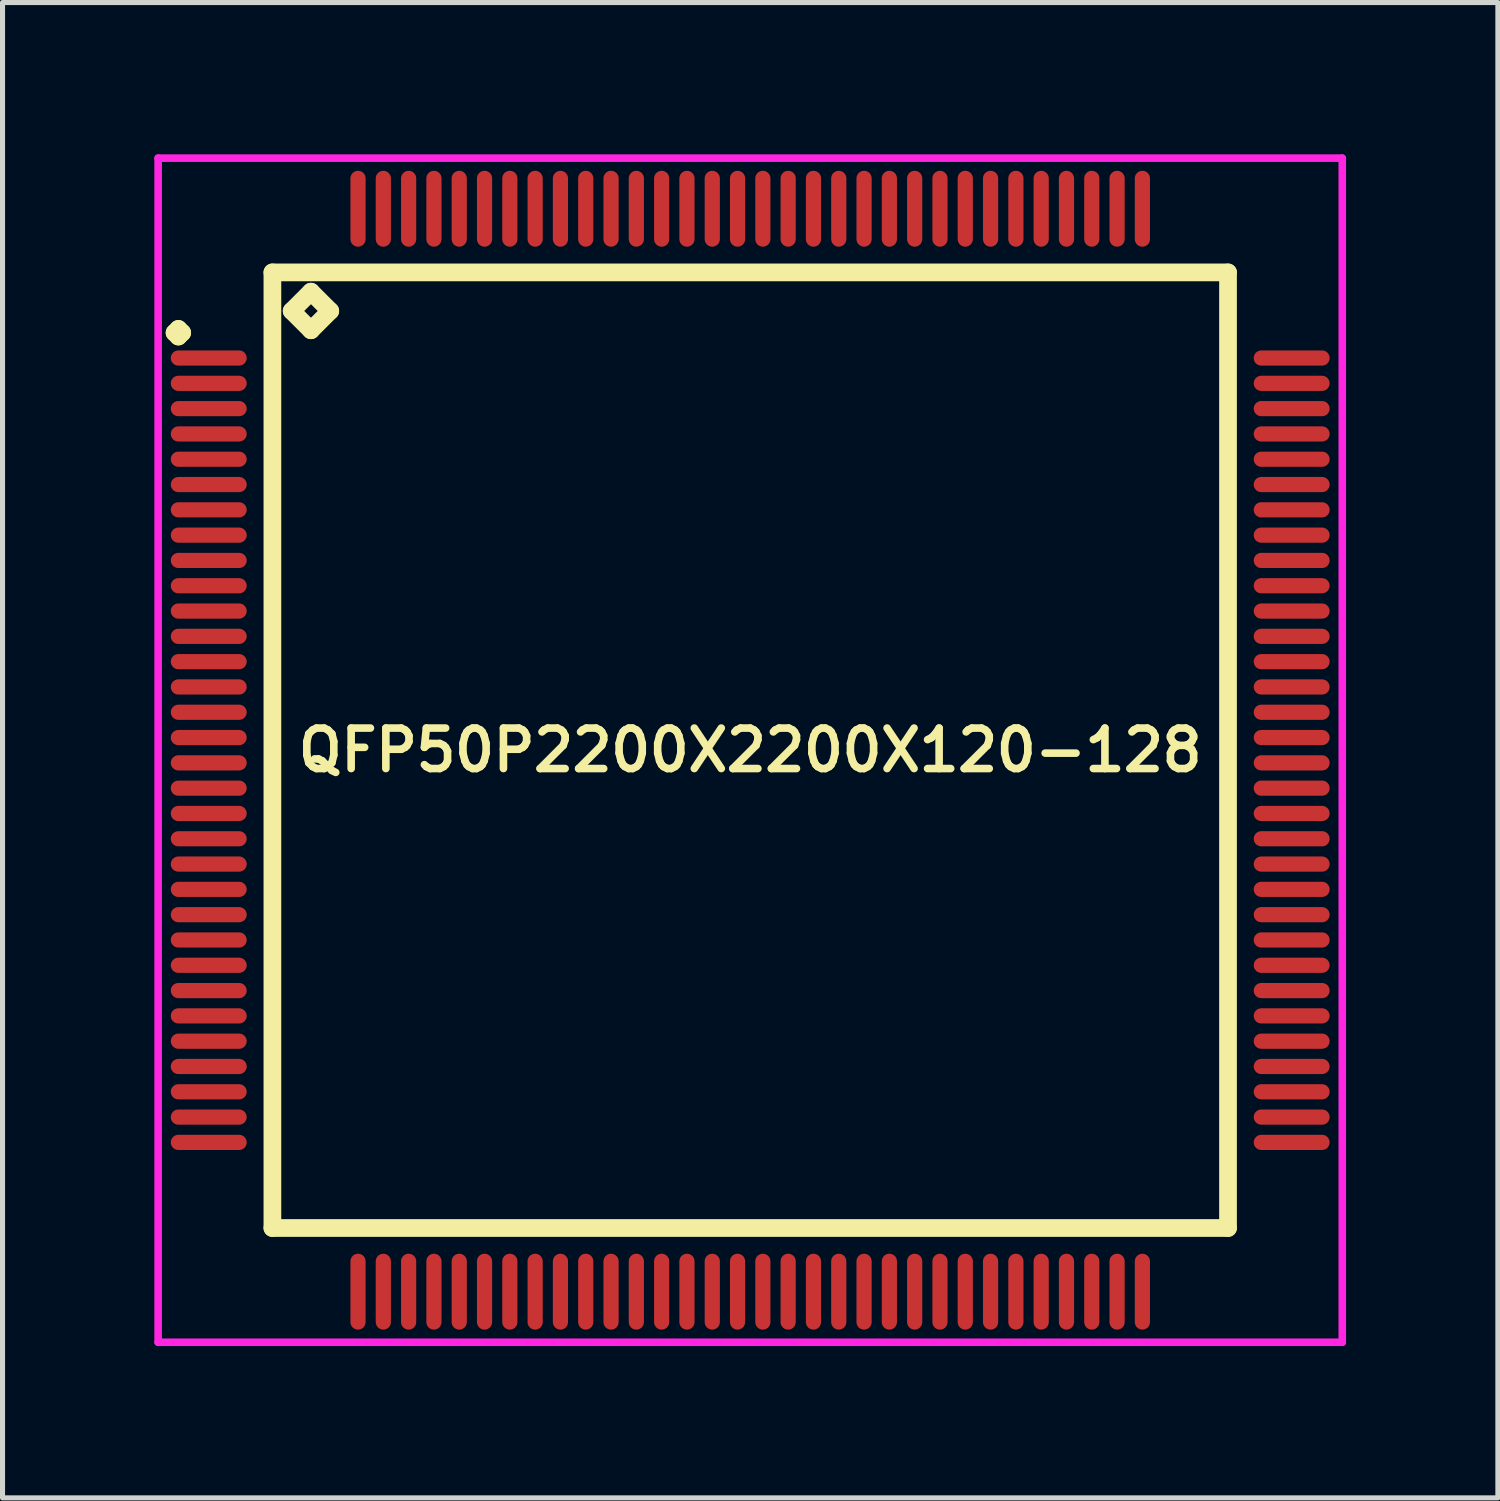
<source format=kicad_pcb>
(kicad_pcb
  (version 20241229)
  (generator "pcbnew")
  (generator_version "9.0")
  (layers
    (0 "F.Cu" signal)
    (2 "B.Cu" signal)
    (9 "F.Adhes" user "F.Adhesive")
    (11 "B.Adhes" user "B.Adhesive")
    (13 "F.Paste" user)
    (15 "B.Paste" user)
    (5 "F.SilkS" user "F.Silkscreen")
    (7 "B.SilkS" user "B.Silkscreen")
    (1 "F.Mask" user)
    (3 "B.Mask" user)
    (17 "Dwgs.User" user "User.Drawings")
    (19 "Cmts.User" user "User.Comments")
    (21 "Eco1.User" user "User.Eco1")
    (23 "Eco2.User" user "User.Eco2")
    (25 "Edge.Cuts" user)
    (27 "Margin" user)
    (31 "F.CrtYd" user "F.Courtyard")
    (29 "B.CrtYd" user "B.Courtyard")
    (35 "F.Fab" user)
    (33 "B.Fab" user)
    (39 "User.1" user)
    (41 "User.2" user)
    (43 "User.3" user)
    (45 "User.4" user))
  (footprint "QFP50P2200X2200X120-128"
    (layer "F.Cu")
    (at 11.775 11.775)
    (property "Reference" "QFP50P2200X2200X120-128" (at 0 0 0) (layer "F.SilkS") (effects (font (size 0.8 0.8) (thickness 0.15))))
    (attr smd)
    (fp_line (start -11.375 -8.25) (end -11.3 -8.325) (stroke (width 0.35) (type solid)) (layer "F.SilkS"))
    (fp_line (start -11.3 -8.325) (end -11.225 -8.25) (stroke (width 0.35) (type solid)) (layer "F.SilkS"))
    (fp_line (start -11.3 -8.175) (end -11.375 -8.25) (stroke (width 0.35) (type solid)) (layer "F.SilkS"))
    (fp_line (start -11.225 -8.25) (end -11.3 -8.175) (stroke (width 0.35) (type solid)) (layer "F.SilkS"))
    (fp_line (start -9.442 -9.442) (end -9.442 9.442) (stroke (width 0.35) (type solid)) (layer "F.SilkS"))
    (fp_line (start -9.442 9.442) (end 9.442 9.442) (stroke (width 0.35) (type solid)) (layer "F.SilkS"))
    (fp_line (start -9.061 -8.68) (end -8.68 -9.061) (stroke (width 0.35) (type solid)) (layer "F.SilkS"))
    (fp_line (start -8.68 -9.061) (end -8.299 -8.68) (stroke (width 0.35) (type solid)) (layer "F.SilkS"))
    (fp_line (start -8.68 -8.299) (end -9.061 -8.68) (stroke (width 0.35) (type solid)) (layer "F.SilkS"))
    (fp_line (start -8.299 -8.68) (end -8.68 -8.299) (stroke (width 0.35) (type solid)) (layer "F.SilkS"))
    (fp_line (start 9.442 -9.442) (end -9.442 -9.442) (stroke (width 0.35) (type solid)) (layer "F.SilkS"))
    (fp_line (start 9.442 9.442) (end 9.442 -9.442) (stroke (width 0.35) (type solid)) (layer "F.SilkS"))
    (fp_line (start -11.7 -11.7) (end 11.7 -11.7) (stroke (width 0.15) (type solid)) (layer "F.CrtYd"))
    (fp_line (start -11.7 11.7) (end -11.7 -11.7) (stroke (width 0.15) (type solid)) (layer "F.CrtYd"))
    (fp_line (start 11.7 -11.7) (end 11.7 11.7) (stroke (width 0.15) (type solid)) (layer "F.CrtYd"))
    (fp_line (start 11.7 11.7) (end -11.7 11.7) (stroke (width 0.15) (type solid)) (layer "F.CrtYd"))
    (pad "1" smd oval (at -10.7 -7.75) (size 1.5 0.3) (layers "F.Cu" "F.Mask" "F.Paste"))
    (pad "2" smd oval (at -10.7 -7.25) (size 1.5 0.3) (layers "F.Cu" "F.Mask" "F.Paste"))
    (pad "3" smd oval (at -10.7 -6.75) (size 1.5 0.3) (layers "F.Cu" "F.Mask" "F.Paste"))
    (pad "4" smd oval (at -10.7 -6.25) (size 1.5 0.3) (layers "F.Cu" "F.Mask" "F.Paste"))
    (pad "5" smd oval (at -10.7 -5.75) (size 1.5 0.3) (layers "F.Cu" "F.Mask" "F.Paste"))
    (pad "6" smd oval (at -10.7 -5.25) (size 1.5 0.3) (layers "F.Cu" "F.Mask" "F.Paste"))
    (pad "7" smd oval (at -10.7 -4.75) (size 1.5 0.3) (layers "F.Cu" "F.Mask" "F.Paste"))
    (pad "8" smd oval (at -10.7 -4.25) (size 1.5 0.3) (layers "F.Cu" "F.Mask" "F.Paste"))
    (pad "9" smd oval (at -10.7 -3.75) (size 1.5 0.3) (layers "F.Cu" "F.Mask" "F.Paste"))
    (pad "10" smd oval (at -10.7 -3.25) (size 1.5 0.3) (layers "F.Cu" "F.Mask" "F.Paste"))
    (pad "11" smd oval (at -10.7 -2.75) (size 1.5 0.3) (layers "F.Cu" "F.Mask" "F.Paste"))
    (pad "12" smd oval (at -10.7 -2.25) (size 1.5 0.3) (layers "F.Cu" "F.Mask" "F.Paste"))
    (pad "13" smd oval (at -10.7 -1.75) (size 1.5 0.3) (layers "F.Cu" "F.Mask" "F.Paste"))
    (pad "14" smd oval (at -10.7 -1.25) (size 1.5 0.3) (layers "F.Cu" "F.Mask" "F.Paste"))
    (pad "15" smd oval (at -10.7 -0.75) (size 1.5 0.3) (layers "F.Cu" "F.Mask" "F.Paste"))
    (pad "16" smd oval (at -10.7 -0.25) (size 1.5 0.3) (layers "F.Cu" "F.Mask" "F.Paste"))
    (pad "17" smd oval (at -10.7 0.25) (size 1.5 0.3) (layers "F.Cu" "F.Mask" "F.Paste"))
    (pad "18" smd oval (at -10.7 0.75) (size 1.5 0.3) (layers "F.Cu" "F.Mask" "F.Paste"))
    (pad "19" smd oval (at -10.7 1.25) (size 1.5 0.3) (layers "F.Cu" "F.Mask" "F.Paste"))
    (pad "20" smd oval (at -10.7 1.75) (size 1.5 0.3) (layers "F.Cu" "F.Mask" "F.Paste"))
    (pad "21" smd oval (at -10.7 2.25) (size 1.5 0.3) (layers "F.Cu" "F.Mask" "F.Paste"))
    (pad "22" smd oval (at -10.7 2.75) (size 1.5 0.3) (layers "F.Cu" "F.Mask" "F.Paste"))
    (pad "23" smd oval (at -10.7 3.25) (size 1.5 0.3) (layers "F.Cu" "F.Mask" "F.Paste"))
    (pad "24" smd oval (at -10.7 3.75) (size 1.5 0.3) (layers "F.Cu" "F.Mask" "F.Paste"))
    (pad "25" smd oval (at -10.7 4.25) (size 1.5 0.3) (layers "F.Cu" "F.Mask" "F.Paste"))
    (pad "26" smd oval (at -10.7 4.75) (size 1.5 0.3) (layers "F.Cu" "F.Mask" "F.Paste"))
    (pad "27" smd oval (at -10.7 5.25) (size 1.5 0.3) (layers "F.Cu" "F.Mask" "F.Paste"))
    (pad "28" smd oval (at -10.7 5.75) (size 1.5 0.3) (layers "F.Cu" "F.Mask" "F.Paste"))
    (pad "29" smd oval (at -10.7 6.25) (size 1.5 0.3) (layers "F.Cu" "F.Mask" "F.Paste"))
    (pad "30" smd oval (at -10.7 6.75) (size 1.5 0.3) (layers "F.Cu" "F.Mask" "F.Paste"))
    (pad "31" smd oval (at -10.7 7.25) (size 1.5 0.3) (layers "F.Cu" "F.Mask" "F.Paste"))
    (pad "32" smd oval (at -10.7 7.75) (size 1.5 0.3) (layers "F.Cu" "F.Mask" "F.Paste"))
    (pad "33" smd oval (at -7.75 10.7) (size 0.3 1.5) (layers "F.Cu" "F.Mask" "F.Paste"))
    (pad "34" smd oval (at -7.25 10.7) (size 0.3 1.5) (layers "F.Cu" "F.Mask" "F.Paste"))
    (pad "35" smd oval (at -6.75 10.7) (size 0.3 1.5) (layers "F.Cu" "F.Mask" "F.Paste"))
    (pad "36" smd oval (at -6.25 10.7) (size 0.3 1.5) (layers "F.Cu" "F.Mask" "F.Paste"))
    (pad "37" smd oval (at -5.75 10.7) (size 0.3 1.5) (layers "F.Cu" "F.Mask" "F.Paste"))
    (pad "38" smd oval (at -5.25 10.7) (size 0.3 1.5) (layers "F.Cu" "F.Mask" "F.Paste"))
    (pad "39" smd oval (at -4.75 10.7) (size 0.3 1.5) (layers "F.Cu" "F.Mask" "F.Paste"))
    (pad "40" smd oval (at -4.25 10.7) (size 0.3 1.5) (layers "F.Cu" "F.Mask" "F.Paste"))
    (pad "41" smd oval (at -3.75 10.7) (size 0.3 1.5) (layers "F.Cu" "F.Mask" "F.Paste"))
    (pad "42" smd oval (at -3.25 10.7) (size 0.3 1.5) (layers "F.Cu" "F.Mask" "F.Paste"))
    (pad "43" smd oval (at -2.75 10.7) (size 0.3 1.5) (layers "F.Cu" "F.Mask" "F.Paste"))
    (pad "44" smd oval (at -2.25 10.7) (size 0.3 1.5) (layers "F.Cu" "F.Mask" "F.Paste"))
    (pad "45" smd oval (at -1.75 10.7) (size 0.3 1.5) (layers "F.Cu" "F.Mask" "F.Paste"))
    (pad "46" smd oval (at -1.25 10.7) (size 0.3 1.5) (layers "F.Cu" "F.Mask" "F.Paste"))
    (pad "47" smd oval (at -0.75 10.7) (size 0.3 1.5) (layers "F.Cu" "F.Mask" "F.Paste"))
    (pad "48" smd oval (at -0.25 10.7) (size 0.3 1.5) (layers "F.Cu" "F.Mask" "F.Paste"))
    (pad "49" smd oval (at 0.25 10.7) (size 0.3 1.5) (layers "F.Cu" "F.Mask" "F.Paste"))
    (pad "50" smd oval (at 0.75 10.7) (size 0.3 1.5) (layers "F.Cu" "F.Mask" "F.Paste"))
    (pad "51" smd oval (at 1.25 10.7) (size 0.3 1.5) (layers "F.Cu" "F.Mask" "F.Paste"))
    (pad "52" smd oval (at 1.75 10.7) (size 0.3 1.5) (layers "F.Cu" "F.Mask" "F.Paste"))
    (pad "53" smd oval (at 2.25 10.7) (size 0.3 1.5) (layers "F.Cu" "F.Mask" "F.Paste"))
    (pad "54" smd oval (at 2.75 10.7) (size 0.3 1.5) (layers "F.Cu" "F.Mask" "F.Paste"))
    (pad "55" smd oval (at 3.25 10.7) (size 0.3 1.5) (layers "F.Cu" "F.Mask" "F.Paste"))
    (pad "56" smd oval (at 3.75 10.7) (size 0.3 1.5) (layers "F.Cu" "F.Mask" "F.Paste"))
    (pad "57" smd oval (at 4.25 10.7) (size 0.3 1.5) (layers "F.Cu" "F.Mask" "F.Paste"))
    (pad "58" smd oval (at 4.75 10.7) (size 0.3 1.5) (layers "F.Cu" "F.Mask" "F.Paste"))
    (pad "59" smd oval (at 5.25 10.7) (size 0.3 1.5) (layers "F.Cu" "F.Mask" "F.Paste"))
    (pad "60" smd oval (at 5.75 10.7) (size 0.3 1.5) (layers "F.Cu" "F.Mask" "F.Paste"))
    (pad "61" smd oval (at 6.25 10.7) (size 0.3 1.5) (layers "F.Cu" "F.Mask" "F.Paste"))
    (pad "62" smd oval (at 6.75 10.7) (size 0.3 1.5) (layers "F.Cu" "F.Mask" "F.Paste"))
    (pad "63" smd oval (at 7.25 10.7) (size 0.3 1.5) (layers "F.Cu" "F.Mask" "F.Paste"))
    (pad "64" smd oval (at 7.75 10.7) (size 0.3 1.5) (layers "F.Cu" "F.Mask" "F.Paste"))
    (pad "65" smd oval (at 10.7 7.75) (size 1.5 0.3) (layers "F.Cu" "F.Mask" "F.Paste"))
    (pad "66" smd oval (at 10.7 7.25) (size 1.5 0.3) (layers "F.Cu" "F.Mask" "F.Paste"))
    (pad "67" smd oval (at 10.7 6.75) (size 1.5 0.3) (layers "F.Cu" "F.Mask" "F.Paste"))
    (pad "68" smd oval (at 10.7 6.25) (size 1.5 0.3) (layers "F.Cu" "F.Mask" "F.Paste"))
    (pad "69" smd oval (at 10.7 5.75) (size 1.5 0.3) (layers "F.Cu" "F.Mask" "F.Paste"))
    (pad "70" smd oval (at 10.7 5.25) (size 1.5 0.3) (layers "F.Cu" "F.Mask" "F.Paste"))
    (pad "71" smd oval (at 10.7 4.75) (size 1.5 0.3) (layers "F.Cu" "F.Mask" "F.Paste"))
    (pad "72" smd oval (at 10.7 4.25) (size 1.5 0.3) (layers "F.Cu" "F.Mask" "F.Paste"))
    (pad "73" smd oval (at 10.7 3.75) (size 1.5 0.3) (layers "F.Cu" "F.Mask" "F.Paste"))
    (pad "74" smd oval (at 10.7 3.25) (size 1.5 0.3) (layers "F.Cu" "F.Mask" "F.Paste"))
    (pad "75" smd oval (at 10.7 2.75) (size 1.5 0.3) (layers "F.Cu" "F.Mask" "F.Paste"))
    (pad "76" smd oval (at 10.7 2.25) (size 1.5 0.3) (layers "F.Cu" "F.Mask" "F.Paste"))
    (pad "77" smd oval (at 10.7 1.75) (size 1.5 0.3) (layers "F.Cu" "F.Mask" "F.Paste"))
    (pad "78" smd oval (at 10.7 1.25) (size 1.5 0.3) (layers "F.Cu" "F.Mask" "F.Paste"))
    (pad "79" smd oval (at 10.7 0.75) (size 1.5 0.3) (layers "F.Cu" "F.Mask" "F.Paste"))
    (pad "80" smd oval (at 10.7 0.25) (size 1.5 0.3) (layers "F.Cu" "F.Mask" "F.Paste"))
    (pad "81" smd oval (at 10.7 -0.25) (size 1.5 0.3) (layers "F.Cu" "F.Mask" "F.Paste"))
    (pad "82" smd oval (at 10.7 -0.75) (size 1.5 0.3) (layers "F.Cu" "F.Mask" "F.Paste"))
    (pad "83" smd oval (at 10.7 -1.25) (size 1.5 0.3) (layers "F.Cu" "F.Mask" "F.Paste"))
    (pad "84" smd oval (at 10.7 -1.75) (size 1.5 0.3) (layers "F.Cu" "F.Mask" "F.Paste"))
    (pad "85" smd oval (at 10.7 -2.25) (size 1.5 0.3) (layers "F.Cu" "F.Mask" "F.Paste"))
    (pad "86" smd oval (at 10.7 -2.75) (size 1.5 0.3) (layers "F.Cu" "F.Mask" "F.Paste"))
    (pad "87" smd oval (at 10.7 -3.25) (size 1.5 0.3) (layers "F.Cu" "F.Mask" "F.Paste"))
    (pad "88" smd oval (at 10.7 -3.75) (size 1.5 0.3) (layers "F.Cu" "F.Mask" "F.Paste"))
    (pad "89" smd oval (at 10.7 -4.25) (size 1.5 0.3) (layers "F.Cu" "F.Mask" "F.Paste"))
    (pad "90" smd oval (at 10.7 -4.75) (size 1.5 0.3) (layers "F.Cu" "F.Mask" "F.Paste"))
    (pad "91" smd oval (at 10.7 -5.25) (size 1.5 0.3) (layers "F.Cu" "F.Mask" "F.Paste"))
    (pad "92" smd oval (at 10.7 -5.75) (size 1.5 0.3) (layers "F.Cu" "F.Mask" "F.Paste"))
    (pad "93" smd oval (at 10.7 -6.25) (size 1.5 0.3) (layers "F.Cu" "F.Mask" "F.Paste"))
    (pad "94" smd oval (at 10.7 -6.75) (size 1.5 0.3) (layers "F.Cu" "F.Mask" "F.Paste"))
    (pad "95" smd oval (at 10.7 -7.25) (size 1.5 0.3) (layers "F.Cu" "F.Mask" "F.Paste"))
    (pad "96" smd oval (at 10.7 -7.75) (size 1.5 0.3) (layers "F.Cu" "F.Mask" "F.Paste"))
    (pad "97" smd oval (at 7.75 -10.7) (size 0.3 1.5) (layers "F.Cu" "F.Mask" "F.Paste"))
    (pad "98" smd oval (at 7.25 -10.7) (size 0.3 1.5) (layers "F.Cu" "F.Mask" "F.Paste"))
    (pad "99" smd oval (at 6.75 -10.7) (size 0.3 1.5) (layers "F.Cu" "F.Mask" "F.Paste"))
    (pad "100" smd oval (at 6.25 -10.7) (size 0.3 1.5) (layers "F.Cu" "F.Mask" "F.Paste"))
    (pad "101" smd oval (at 5.75 -10.7) (size 0.3 1.5) (layers "F.Cu" "F.Mask" "F.Paste"))
    (pad "102" smd oval (at 5.25 -10.7) (size 0.3 1.5) (layers "F.Cu" "F.Mask" "F.Paste"))
    (pad "103" smd oval (at 4.75 -10.7) (size 0.3 1.5) (layers "F.Cu" "F.Mask" "F.Paste"))
    (pad "104" smd oval (at 4.25 -10.7) (size 0.3 1.5) (layers "F.Cu" "F.Mask" "F.Paste"))
    (pad "105" smd oval (at 3.75 -10.7) (size 0.3 1.5) (layers "F.Cu" "F.Mask" "F.Paste"))
    (pad "106" smd oval (at 3.25 -10.7) (size 0.3 1.5) (layers "F.Cu" "F.Mask" "F.Paste"))
    (pad "107" smd oval (at 2.75 -10.7) (size 0.3 1.5) (layers "F.Cu" "F.Mask" "F.Paste"))
    (pad "108" smd oval (at 2.25 -10.7) (size 0.3 1.5) (layers "F.Cu" "F.Mask" "F.Paste"))
    (pad "109" smd oval (at 1.75 -10.7) (size 0.3 1.5) (layers "F.Cu" "F.Mask" "F.Paste"))
    (pad "110" smd oval (at 1.25 -10.7) (size 0.3 1.5) (layers "F.Cu" "F.Mask" "F.Paste"))
    (pad "111" smd oval (at 0.75 -10.7) (size 0.3 1.5) (layers "F.Cu" "F.Mask" "F.Paste"))
    (pad "112" smd oval (at 0.25 -10.7) (size 0.3 1.5) (layers "F.Cu" "F.Mask" "F.Paste"))
    (pad "113" smd oval (at -0.25 -10.7) (size 0.3 1.5) (layers "F.Cu" "F.Mask" "F.Paste"))
    (pad "114" smd oval (at -0.75 -10.7) (size 0.3 1.5) (layers "F.Cu" "F.Mask" "F.Paste"))
    (pad "115" smd oval (at -1.25 -10.7) (size 0.3 1.5) (layers "F.Cu" "F.Mask" "F.Paste"))
    (pad "116" smd oval (at -1.75 -10.7) (size 0.3 1.5) (layers "F.Cu" "F.Mask" "F.Paste"))
    (pad "117" smd oval (at -2.25 -10.7) (size 0.3 1.5) (layers "F.Cu" "F.Mask" "F.Paste"))
    (pad "118" smd oval (at -2.75 -10.7) (size 0.3 1.5) (layers "F.Cu" "F.Mask" "F.Paste"))
    (pad "119" smd oval (at -3.25 -10.7) (size 0.3 1.5) (layers "F.Cu" "F.Mask" "F.Paste"))
    (pad "120" smd oval (at -3.75 -10.7) (size 0.3 1.5) (layers "F.Cu" "F.Mask" "F.Paste"))
    (pad "121" smd oval (at -4.25 -10.7) (size 0.3 1.5) (layers "F.Cu" "F.Mask" "F.Paste"))
    (pad "122" smd oval (at -4.75 -10.7) (size 0.3 1.5) (layers "F.Cu" "F.Mask" "F.Paste"))
    (pad "123" smd oval (at -5.25 -10.7) (size 0.3 1.5) (layers "F.Cu" "F.Mask" "F.Paste"))
    (pad "124" smd oval (at -5.75 -10.7) (size 0.3 1.5) (layers "F.Cu" "F.Mask" "F.Paste"))
    (pad "125" smd oval (at -6.25 -10.7) (size 0.3 1.5) (layers "F.Cu" "F.Mask" "F.Paste"))
    (pad "126" smd oval (at -6.75 -10.7) (size 0.3 1.5) (layers "F.Cu" "F.Mask" "F.Paste"))
    (pad "127" smd oval (at -7.25 -10.7) (size 0.3 1.5) (layers "F.Cu" "F.Mask" "F.Paste"))
    (pad "128" smd oval (at -7.75 -10.7) (size 0.3 1.5) (layers "F.Cu" "F.Mask" "F.Paste")))
  (gr_rect
    (start -3 -3)
    (end 26.55 26.55)
    (stroke (width 0.1) (type default))
    (fill no)
    (layer "Edge.Cuts")))
</source>
